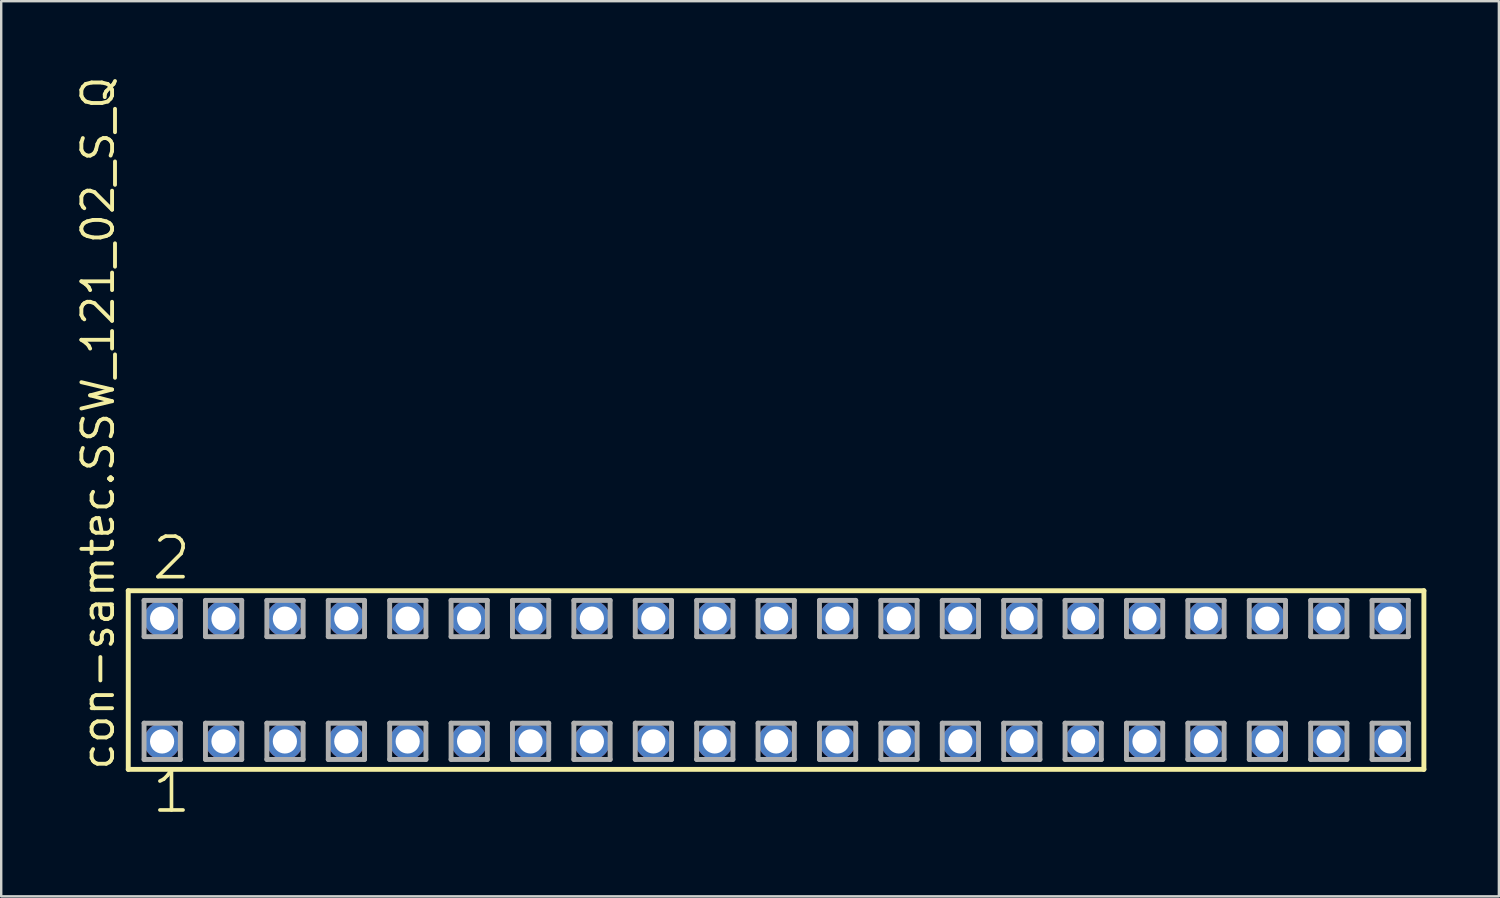
<source format=kicad_pcb>
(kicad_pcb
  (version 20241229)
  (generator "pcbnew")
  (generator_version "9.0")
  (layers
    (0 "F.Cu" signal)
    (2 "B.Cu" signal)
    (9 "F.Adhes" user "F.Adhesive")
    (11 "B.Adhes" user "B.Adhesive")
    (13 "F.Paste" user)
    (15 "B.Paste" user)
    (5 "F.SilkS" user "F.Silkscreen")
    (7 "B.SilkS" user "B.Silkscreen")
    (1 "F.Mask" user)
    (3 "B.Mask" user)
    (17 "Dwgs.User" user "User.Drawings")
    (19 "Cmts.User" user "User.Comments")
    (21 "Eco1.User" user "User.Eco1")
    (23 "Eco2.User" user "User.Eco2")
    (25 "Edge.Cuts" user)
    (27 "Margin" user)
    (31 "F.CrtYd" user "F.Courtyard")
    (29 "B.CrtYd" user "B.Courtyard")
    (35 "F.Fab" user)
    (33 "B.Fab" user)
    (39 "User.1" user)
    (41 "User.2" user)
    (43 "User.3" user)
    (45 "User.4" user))
  (footprint "con-samtec.SSW_121_02_S_Q"
    (layer "F.Cu")
    (at 29.055 25.082)
    (property "Reference" "con-samtec.SSW_121_02_S_Q" (at -27.305 3.81 90) (layer "F.SilkS") (effects (font (size 1.27 1.27) (thickness 0.16)) (justify left bottom)))
    (attr through_hole)
    (fp_line (start -26.799 -3.695) (end 26.799 -3.695) (stroke (width 0.203) (type default)) (layer "F.SilkS"))
    (fp_line (start -26.799 3.695) (end -26.799 -3.695) (stroke (width 0.203) (type default)) (layer "F.SilkS"))
    (fp_line (start 26.799 -3.695) (end 26.799 3.695) (stroke (width 0.203) (type default)) (layer "F.SilkS"))
    (fp_line (start 26.799 3.695) (end -26.799 3.695) (stroke (width 0.203) (type default)) (layer "F.SilkS"))
    (fp_line (start -26.145 -3.295) (end -24.645 -3.295) (stroke (width 0.203) (type default)) (layer "F.Fab"))
    (fp_line (start -26.145 -1.795) (end -26.145 -3.295) (stroke (width 0.203) (type default)) (layer "F.Fab"))
    (fp_line (start -26.145 1.785) (end -24.645 1.785) (stroke (width 0.203) (type default)) (layer "F.Fab"))
    (fp_line (start -26.145 3.285) (end -26.145 1.785) (stroke (width 0.203) (type default)) (layer "F.Fab"))
    (fp_line (start -24.645 -3.295) (end -24.645 -1.795) (stroke (width 0.203) (type default)) (layer "F.Fab"))
    (fp_line (start -24.645 -1.795) (end -26.145 -1.795) (stroke (width 0.203) (type default)) (layer "F.Fab"))
    (fp_line (start -24.645 1.785) (end -24.645 3.285) (stroke (width 0.203) (type default)) (layer "F.Fab"))
    (fp_line (start -24.645 3.285) (end -26.145 3.285) (stroke (width 0.203) (type default)) (layer "F.Fab"))
    (fp_line (start -23.605 -3.295) (end -22.105 -3.295) (stroke (width 0.203) (type default)) (layer "F.Fab"))
    (fp_line (start -23.605 -1.795) (end -23.605 -3.295) (stroke (width 0.203) (type default)) (layer "F.Fab"))
    (fp_line (start -23.605 1.785) (end -22.105 1.785) (stroke (width 0.203) (type default)) (layer "F.Fab"))
    (fp_line (start -23.605 3.285) (end -23.605 1.785) (stroke (width 0.203) (type default)) (layer "F.Fab"))
    (fp_line (start -22.105 -3.295) (end -22.105 -1.795) (stroke (width 0.203) (type default)) (layer "F.Fab"))
    (fp_line (start -22.105 -1.795) (end -23.605 -1.795) (stroke (width 0.203) (type default)) (layer "F.Fab"))
    (fp_line (start -22.105 1.785) (end -22.105 3.285) (stroke (width 0.203) (type default)) (layer "F.Fab"))
    (fp_line (start -22.105 3.285) (end -23.605 3.285) (stroke (width 0.203) (type default)) (layer "F.Fab"))
    (fp_line (start -21.065 -3.295) (end -19.565 -3.295) (stroke (width 0.203) (type default)) (layer "F.Fab"))
    (fp_line (start -21.065 -1.795) (end -21.065 -3.295) (stroke (width 0.203) (type default)) (layer "F.Fab"))
    (fp_line (start -21.065 1.785) (end -19.565 1.785) (stroke (width 0.203) (type default)) (layer "F.Fab"))
    (fp_line (start -21.065 3.285) (end -21.065 1.785) (stroke (width 0.203) (type default)) (layer "F.Fab"))
    (fp_line (start -19.565 -3.295) (end -19.565 -1.795) (stroke (width 0.203) (type default)) (layer "F.Fab"))
    (fp_line (start -19.565 -1.795) (end -21.065 -1.795) (stroke (width 0.203) (type default)) (layer "F.Fab"))
    (fp_line (start -19.565 1.785) (end -19.565 3.285) (stroke (width 0.203) (type default)) (layer "F.Fab"))
    (fp_line (start -19.565 3.285) (end -21.065 3.285) (stroke (width 0.203) (type default)) (layer "F.Fab"))
    (fp_line (start -18.525 -3.295) (end -17.025 -3.295) (stroke (width 0.203) (type default)) (layer "F.Fab"))
    (fp_line (start -18.525 -1.795) (end -18.525 -3.295) (stroke (width 0.203) (type default)) (layer "F.Fab"))
    (fp_line (start -18.525 1.785) (end -17.025 1.785) (stroke (width 0.203) (type default)) (layer "F.Fab"))
    (fp_line (start -18.525 3.285) (end -18.525 1.785) (stroke (width 0.203) (type default)) (layer "F.Fab"))
    (fp_line (start -17.025 -3.295) (end -17.025 -1.795) (stroke (width 0.203) (type default)) (layer "F.Fab"))
    (fp_line (start -17.025 -1.795) (end -18.525 -1.795) (stroke (width 0.203) (type default)) (layer "F.Fab"))
    (fp_line (start -17.025 1.785) (end -17.025 3.285) (stroke (width 0.203) (type default)) (layer "F.Fab"))
    (fp_line (start -17.025 3.285) (end -18.525 3.285) (stroke (width 0.203) (type default)) (layer "F.Fab"))
    (fp_line (start -15.985 -3.295) (end -14.485 -3.295) (stroke (width 0.203) (type default)) (layer "F.Fab"))
    (fp_line (start -15.985 -1.795) (end -15.985 -3.295) (stroke (width 0.203) (type default)) (layer "F.Fab"))
    (fp_line (start -15.985 1.785) (end -14.485 1.785) (stroke (width 0.203) (type default)) (layer "F.Fab"))
    (fp_line (start -15.985 3.285) (end -15.985 1.785) (stroke (width 0.203) (type default)) (layer "F.Fab"))
    (fp_line (start -14.485 -3.295) (end -14.485 -1.795) (stroke (width 0.203) (type default)) (layer "F.Fab"))
    (fp_line (start -14.485 -1.795) (end -15.985 -1.795) (stroke (width 0.203) (type default)) (layer "F.Fab"))
    (fp_line (start -14.485 1.785) (end -14.485 3.285) (stroke (width 0.203) (type default)) (layer "F.Fab"))
    (fp_line (start -14.485 3.285) (end -15.985 3.285) (stroke (width 0.203) (type default)) (layer "F.Fab"))
    (fp_line (start -13.445 -3.295) (end -11.945 -3.295) (stroke (width 0.203) (type default)) (layer "F.Fab"))
    (fp_line (start -13.445 -1.795) (end -13.445 -3.295) (stroke (width 0.203) (type default)) (layer "F.Fab"))
    (fp_line (start -13.445 1.785) (end -11.945 1.785) (stroke (width 0.203) (type default)) (layer "F.Fab"))
    (fp_line (start -13.445 3.285) (end -13.445 1.785) (stroke (width 0.203) (type default)) (layer "F.Fab"))
    (fp_line (start -11.945 -3.295) (end -11.945 -1.795) (stroke (width 0.203) (type default)) (layer "F.Fab"))
    (fp_line (start -11.945 -1.795) (end -13.445 -1.795) (stroke (width 0.203) (type default)) (layer "F.Fab"))
    (fp_line (start -11.945 1.785) (end -11.945 3.285) (stroke (width 0.203) (type default)) (layer "F.Fab"))
    (fp_line (start -11.945 3.285) (end -13.445 3.285) (stroke (width 0.203) (type default)) (layer "F.Fab"))
    (fp_line (start -10.905 -3.295) (end -9.405 -3.295) (stroke (width 0.203) (type default)) (layer "F.Fab"))
    (fp_line (start -10.905 -1.795) (end -10.905 -3.295) (stroke (width 0.203) (type default)) (layer "F.Fab"))
    (fp_line (start -10.905 1.785) (end -9.405 1.785) (stroke (width 0.203) (type default)) (layer "F.Fab"))
    (fp_line (start -10.905 3.285) (end -10.905 1.785) (stroke (width 0.203) (type default)) (layer "F.Fab"))
    (fp_line (start -9.405 -3.295) (end -9.405 -1.795) (stroke (width 0.203) (type default)) (layer "F.Fab"))
    (fp_line (start -9.405 -1.795) (end -10.905 -1.795) (stroke (width 0.203) (type default)) (layer "F.Fab"))
    (fp_line (start -9.405 1.785) (end -9.405 3.285) (stroke (width 0.203) (type default)) (layer "F.Fab"))
    (fp_line (start -9.405 3.285) (end -10.905 3.285) (stroke (width 0.203) (type default)) (layer "F.Fab"))
    (fp_line (start -8.365 -3.295) (end -6.865 -3.295) (stroke (width 0.203) (type default)) (layer "F.Fab"))
    (fp_line (start -8.365 -1.795) (end -8.365 -3.295) (stroke (width 0.203) (type default)) (layer "F.Fab"))
    (fp_line (start -8.365 1.785) (end -6.865 1.785) (stroke (width 0.203) (type default)) (layer "F.Fab"))
    (fp_line (start -8.365 3.285) (end -8.365 1.785) (stroke (width 0.203) (type default)) (layer "F.Fab"))
    (fp_line (start -6.865 -3.295) (end -6.865 -1.795) (stroke (width 0.203) (type default)) (layer "F.Fab"))
    (fp_line (start -6.865 -1.795) (end -8.365 -1.795) (stroke (width 0.203) (type default)) (layer "F.Fab"))
    (fp_line (start -6.865 1.785) (end -6.865 3.285) (stroke (width 0.203) (type default)) (layer "F.Fab"))
    (fp_line (start -6.865 3.285) (end -8.365 3.285) (stroke (width 0.203) (type default)) (layer "F.Fab"))
    (fp_line (start -5.825 -3.295) (end -4.325 -3.295) (stroke (width 0.203) (type default)) (layer "F.Fab"))
    (fp_line (start -5.825 -1.795) (end -5.825 -3.295) (stroke (width 0.203) (type default)) (layer "F.Fab"))
    (fp_line (start -5.825 1.785) (end -4.325 1.785) (stroke (width 0.203) (type default)) (layer "F.Fab"))
    (fp_line (start -5.825 3.285) (end -5.825 1.785) (stroke (width 0.203) (type default)) (layer "F.Fab"))
    (fp_line (start -4.325 -3.295) (end -4.325 -1.795) (stroke (width 0.203) (type default)) (layer "F.Fab"))
    (fp_line (start -4.325 -1.795) (end -5.825 -1.795) (stroke (width 0.203) (type default)) (layer "F.Fab"))
    (fp_line (start -4.325 1.785) (end -4.325 3.285) (stroke (width 0.203) (type default)) (layer "F.Fab"))
    (fp_line (start -4.325 3.285) (end -5.825 3.285) (stroke (width 0.203) (type default)) (layer "F.Fab"))
    (fp_line (start -3.285 -3.295) (end -1.785 -3.295) (stroke (width 0.203) (type default)) (layer "F.Fab"))
    (fp_line (start -3.285 -1.795) (end -3.285 -3.295) (stroke (width 0.203) (type default)) (layer "F.Fab"))
    (fp_line (start -3.285 1.785) (end -1.785 1.785) (stroke (width 0.203) (type default)) (layer "F.Fab"))
    (fp_line (start -3.285 3.285) (end -3.285 1.785) (stroke (width 0.203) (type default)) (layer "F.Fab"))
    (fp_line (start -1.785 -3.295) (end -1.785 -1.795) (stroke (width 0.203) (type default)) (layer "F.Fab"))
    (fp_line (start -1.785 -1.795) (end -3.285 -1.795) (stroke (width 0.203) (type default)) (layer "F.Fab"))
    (fp_line (start -1.785 1.785) (end -1.785 3.285) (stroke (width 0.203) (type default)) (layer "F.Fab"))
    (fp_line (start -1.785 3.285) (end -3.285 3.285) (stroke (width 0.203) (type default)) (layer "F.Fab"))
    (fp_line (start -0.745 -3.295) (end 0.755 -3.295) (stroke (width 0.203) (type default)) (layer "F.Fab"))
    (fp_line (start -0.745 -1.795) (end -0.745 -3.295) (stroke (width 0.203) (type default)) (layer "F.Fab"))
    (fp_line (start -0.745 1.785) (end 0.755 1.785) (stroke (width 0.203) (type default)) (layer "F.Fab"))
    (fp_line (start -0.745 3.285) (end -0.745 1.785) (stroke (width 0.203) (type default)) (layer "F.Fab"))
    (fp_line (start 0.755 -3.295) (end 0.755 -1.795) (stroke (width 0.203) (type default)) (layer "F.Fab"))
    (fp_line (start 0.755 -1.795) (end -0.745 -1.795) (stroke (width 0.203) (type default)) (layer "F.Fab"))
    (fp_line (start 0.755 1.785) (end 0.755 3.285) (stroke (width 0.203) (type default)) (layer "F.Fab"))
    (fp_line (start 0.755 3.285) (end -0.745 3.285) (stroke (width 0.203) (type default)) (layer "F.Fab"))
    (fp_line (start 1.795 -3.295) (end 3.295 -3.295) (stroke (width 0.203) (type default)) (layer "F.Fab"))
    (fp_line (start 1.795 -1.795) (end 1.795 -3.295) (stroke (width 0.203) (type default)) (layer "F.Fab"))
    (fp_line (start 1.795 1.785) (end 3.295 1.785) (stroke (width 0.203) (type default)) (layer "F.Fab"))
    (fp_line (start 1.795 3.285) (end 1.795 1.785) (stroke (width 0.203) (type default)) (layer "F.Fab"))
    (fp_line (start 3.295 -3.295) (end 3.295 -1.795) (stroke (width 0.203) (type default)) (layer "F.Fab"))
    (fp_line (start 3.295 -1.795) (end 1.795 -1.795) (stroke (width 0.203) (type default)) (layer "F.Fab"))
    (fp_line (start 3.295 1.785) (end 3.295 3.285) (stroke (width 0.203) (type default)) (layer "F.Fab"))
    (fp_line (start 3.295 3.285) (end 1.795 3.285) (stroke (width 0.203) (type default)) (layer "F.Fab"))
    (fp_line (start 4.335 -3.295) (end 5.835 -3.295) (stroke (width 0.203) (type default)) (layer "F.Fab"))
    (fp_line (start 4.335 -1.795) (end 4.335 -3.295) (stroke (width 0.203) (type default)) (layer "F.Fab"))
    (fp_line (start 4.335 1.785) (end 5.835 1.785) (stroke (width 0.203) (type default)) (layer "F.Fab"))
    (fp_line (start 4.335 3.285) (end 4.335 1.785) (stroke (width 0.203) (type default)) (layer "F.Fab"))
    (fp_line (start 5.835 -3.295) (end 5.835 -1.795) (stroke (width 0.203) (type default)) (layer "F.Fab"))
    (fp_line (start 5.835 -1.795) (end 4.335 -1.795) (stroke (width 0.203) (type default)) (layer "F.Fab"))
    (fp_line (start 5.835 1.785) (end 5.835 3.285) (stroke (width 0.203) (type default)) (layer "F.Fab"))
    (fp_line (start 5.835 3.285) (end 4.335 3.285) (stroke (width 0.203) (type default)) (layer "F.Fab"))
    (fp_line (start 6.875 -3.295) (end 8.375 -3.295) (stroke (width 0.203) (type default)) (layer "F.Fab"))
    (fp_line (start 6.875 -1.795) (end 6.875 -3.295) (stroke (width 0.203) (type default)) (layer "F.Fab"))
    (fp_line (start 6.875 1.785) (end 8.375 1.785) (stroke (width 0.203) (type default)) (layer "F.Fab"))
    (fp_line (start 6.875 3.285) (end 6.875 1.785) (stroke (width 0.203) (type default)) (layer "F.Fab"))
    (fp_line (start 8.375 -3.295) (end 8.375 -1.795) (stroke (width 0.203) (type default)) (layer "F.Fab"))
    (fp_line (start 8.375 -1.795) (end 6.875 -1.795) (stroke (width 0.203) (type default)) (layer "F.Fab"))
    (fp_line (start 8.375 1.785) (end 8.375 3.285) (stroke (width 0.203) (type default)) (layer "F.Fab"))
    (fp_line (start 8.375 3.285) (end 6.875 3.285) (stroke (width 0.203) (type default)) (layer "F.Fab"))
    (fp_line (start 9.415 -3.295) (end 10.915 -3.295) (stroke (width 0.203) (type default)) (layer "F.Fab"))
    (fp_line (start 9.415 -1.795) (end 9.415 -3.295) (stroke (width 0.203) (type default)) (layer "F.Fab"))
    (fp_line (start 9.415 1.785) (end 10.915 1.785) (stroke (width 0.203) (type default)) (layer "F.Fab"))
    (fp_line (start 9.415 3.285) (end 9.415 1.785) (stroke (width 0.203) (type default)) (layer "F.Fab"))
    (fp_line (start 10.915 -3.295) (end 10.915 -1.795) (stroke (width 0.203) (type default)) (layer "F.Fab"))
    (fp_line (start 10.915 -1.795) (end 9.415 -1.795) (stroke (width 0.203) (type default)) (layer "F.Fab"))
    (fp_line (start 10.915 1.785) (end 10.915 3.285) (stroke (width 0.203) (type default)) (layer "F.Fab"))
    (fp_line (start 10.915 3.285) (end 9.415 3.285) (stroke (width 0.203) (type default)) (layer "F.Fab"))
    (fp_line (start 11.955 -3.295) (end 13.455 -3.295) (stroke (width 0.203) (type default)) (layer "F.Fab"))
    (fp_line (start 11.955 -1.795) (end 11.955 -3.295) (stroke (width 0.203) (type default)) (layer "F.Fab"))
    (fp_line (start 11.955 1.785) (end 13.455 1.785) (stroke (width 0.203) (type default)) (layer "F.Fab"))
    (fp_line (start 11.955 3.285) (end 11.955 1.785) (stroke (width 0.203) (type default)) (layer "F.Fab"))
    (fp_line (start 13.455 -3.295) (end 13.455 -1.795) (stroke (width 0.203) (type default)) (layer "F.Fab"))
    (fp_line (start 13.455 -1.795) (end 11.955 -1.795) (stroke (width 0.203) (type default)) (layer "F.Fab"))
    (fp_line (start 13.455 1.785) (end 13.455 3.285) (stroke (width 0.203) (type default)) (layer "F.Fab"))
    (fp_line (start 13.455 3.285) (end 11.955 3.285) (stroke (width 0.203) (type default)) (layer "F.Fab"))
    (fp_line (start 14.495 -3.295) (end 15.995 -3.295) (stroke (width 0.203) (type default)) (layer "F.Fab"))
    (fp_line (start 14.495 -1.795) (end 14.495 -3.295) (stroke (width 0.203) (type default)) (layer "F.Fab"))
    (fp_line (start 14.495 1.785) (end 15.995 1.785) (stroke (width 0.203) (type default)) (layer "F.Fab"))
    (fp_line (start 14.495 3.285) (end 14.495 1.785) (stroke (width 0.203) (type default)) (layer "F.Fab"))
    (fp_line (start 15.995 -3.295) (end 15.995 -1.795) (stroke (width 0.203) (type default)) (layer "F.Fab"))
    (fp_line (start 15.995 -1.795) (end 14.495 -1.795) (stroke (width 0.203) (type default)) (layer "F.Fab"))
    (fp_line (start 15.995 1.785) (end 15.995 3.285) (stroke (width 0.203) (type default)) (layer "F.Fab"))
    (fp_line (start 15.995 3.285) (end 14.495 3.285) (stroke (width 0.203) (type default)) (layer "F.Fab"))
    (fp_line (start 17.035 -3.295) (end 18.535 -3.295) (stroke (width 0.203) (type default)) (layer "F.Fab"))
    (fp_line (start 17.035 -1.795) (end 17.035 -3.295) (stroke (width 0.203) (type default)) (layer "F.Fab"))
    (fp_line (start 17.035 1.785) (end 18.535 1.785) (stroke (width 0.203) (type default)) (layer "F.Fab"))
    (fp_line (start 17.035 3.285) (end 17.035 1.785) (stroke (width 0.203) (type default)) (layer "F.Fab"))
    (fp_line (start 18.535 -3.295) (end 18.535 -1.795) (stroke (width 0.203) (type default)) (layer "F.Fab"))
    (fp_line (start 18.535 -1.795) (end 17.035 -1.795) (stroke (width 0.203) (type default)) (layer "F.Fab"))
    (fp_line (start 18.535 1.785) (end 18.535 3.285) (stroke (width 0.203) (type default)) (layer "F.Fab"))
    (fp_line (start 18.535 3.285) (end 17.035 3.285) (stroke (width 0.203) (type default)) (layer "F.Fab"))
    (fp_line (start 19.575 -3.295) (end 21.075 -3.295) (stroke (width 0.203) (type default)) (layer "F.Fab"))
    (fp_line (start 19.575 -1.795) (end 19.575 -3.295) (stroke (width 0.203) (type default)) (layer "F.Fab"))
    (fp_line (start 19.575 1.785) (end 21.075 1.785) (stroke (width 0.203) (type default)) (layer "F.Fab"))
    (fp_line (start 19.575 3.285) (end 19.575 1.785) (stroke (width 0.203) (type default)) (layer "F.Fab"))
    (fp_line (start 21.075 -3.295) (end 21.075 -1.795) (stroke (width 0.203) (type default)) (layer "F.Fab"))
    (fp_line (start 21.075 -1.795) (end 19.575 -1.795) (stroke (width 0.203) (type default)) (layer "F.Fab"))
    (fp_line (start 21.075 1.785) (end 21.075 3.285) (stroke (width 0.203) (type default)) (layer "F.Fab"))
    (fp_line (start 21.075 3.285) (end 19.575 3.285) (stroke (width 0.203) (type default)) (layer "F.Fab"))
    (fp_line (start 22.115 -3.295) (end 23.615 -3.295) (stroke (width 0.203) (type default)) (layer "F.Fab"))
    (fp_line (start 22.115 -1.795) (end 22.115 -3.295) (stroke (width 0.203) (type default)) (layer "F.Fab"))
    (fp_line (start 22.115 1.785) (end 23.615 1.785) (stroke (width 0.203) (type default)) (layer "F.Fab"))
    (fp_line (start 22.115 3.285) (end 22.115 1.785) (stroke (width 0.203) (type default)) (layer "F.Fab"))
    (fp_line (start 23.615 -3.295) (end 23.615 -1.795) (stroke (width 0.203) (type default)) (layer "F.Fab"))
    (fp_line (start 23.615 -1.795) (end 22.115 -1.795) (stroke (width 0.203) (type default)) (layer "F.Fab"))
    (fp_line (start 23.615 1.785) (end 23.615 3.285) (stroke (width 0.203) (type default)) (layer "F.Fab"))
    (fp_line (start 23.615 3.285) (end 22.115 3.285) (stroke (width 0.203) (type default)) (layer "F.Fab"))
    (fp_line (start 24.655 -3.295) (end 26.155 -3.295) (stroke (width 0.203) (type default)) (layer "F.Fab"))
    (fp_line (start 24.655 -1.795) (end 24.655 -3.295) (stroke (width 0.203) (type default)) (layer "F.Fab"))
    (fp_line (start 24.655 1.785) (end 26.155 1.785) (stroke (width 0.203) (type default)) (layer "F.Fab"))
    (fp_line (start 24.655 3.285) (end 24.655 1.785) (stroke (width 0.203) (type default)) (layer "F.Fab"))
    (fp_line (start 26.155 -3.295) (end 26.155 -1.795) (stroke (width 0.203) (type default)) (layer "F.Fab"))
    (fp_line (start 26.155 -1.795) (end 24.655 -1.795) (stroke (width 0.203) (type default)) (layer "F.Fab"))
    (fp_line (start 26.155 1.785) (end 26.155 3.285) (stroke (width 0.203) (type default)) (layer "F.Fab"))
    (fp_line (start 26.155 3.285) (end 24.655 3.285) (stroke (width 0.203) (type default)) (layer "F.Fab"))
    (fp_text user "1" (at -25.908 5.588 0) (layer "F.SilkS") (effects (font (size 1.676 1.676) (thickness 0.15)) (justify left bottom)))
    (fp_text user "2" (at -25.908 -4.064 0) (layer "F.SilkS") (effects (font (size 1.676 1.676) (thickness 0.15)) (justify left bottom)))
    (pad "1" thru_hole circle (at -25.4 2.54) (size 1.5 1.5) (drill 1) (layers "*.Cu" "*.Mask"))
    (pad "2" thru_hole circle (at -25.4 -2.54) (size 1.5 1.5) (drill 1) (layers "*.Cu" "*.Mask"))
    (pad "3" thru_hole circle (at -22.86 2.54) (size 1.5 1.5) (drill 1) (layers "*.Cu" "*.Mask"))
    (pad "4" thru_hole circle (at -22.86 -2.54) (size 1.5 1.5) (drill 1) (layers "*.Cu" "*.Mask"))
    (pad "5" thru_hole circle (at -20.32 2.54) (size 1.5 1.5) (drill 1) (layers "*.Cu" "*.Mask"))
    (pad "6" thru_hole circle (at -20.32 -2.54) (size 1.5 1.5) (drill 1) (layers "*.Cu" "*.Mask"))
    (pad "7" thru_hole circle (at -17.78 2.54) (size 1.5 1.5) (drill 1) (layers "*.Cu" "*.Mask"))
    (pad "8" thru_hole circle (at -17.78 -2.54) (size 1.5 1.5) (drill 1) (layers "*.Cu" "*.Mask"))
    (pad "9" thru_hole circle (at -15.24 2.54) (size 1.5 1.5) (drill 1) (layers "*.Cu" "*.Mask"))
    (pad "10" thru_hole circle (at -15.24 -2.54) (size 1.5 1.5) (drill 1) (layers "*.Cu" "*.Mask"))
    (pad "11" thru_hole circle (at -12.7 2.54) (size 1.5 1.5) (drill 1) (layers "*.Cu" "*.Mask"))
    (pad "12" thru_hole circle (at -12.7 -2.54) (size 1.5 1.5) (drill 1) (layers "*.Cu" "*.Mask"))
    (pad "13" thru_hole circle (at -10.16 2.54) (size 1.5 1.5) (drill 1) (layers "*.Cu" "*.Mask"))
    (pad "14" thru_hole circle (at -10.16 -2.54) (size 1.5 1.5) (drill 1) (layers "*.Cu" "*.Mask"))
    (pad "15" thru_hole circle (at -7.62 2.54) (size 1.5 1.5) (drill 1) (layers "*.Cu" "*.Mask"))
    (pad "16" thru_hole circle (at -7.62 -2.54) (size 1.5 1.5) (drill 1) (layers "*.Cu" "*.Mask"))
    (pad "17" thru_hole circle (at -5.08 2.54) (size 1.5 1.5) (drill 1) (layers "*.Cu" "*.Mask"))
    (pad "18" thru_hole circle (at -5.08 -2.54) (size 1.5 1.5) (drill 1) (layers "*.Cu" "*.Mask"))
    (pad "19" thru_hole circle (at -2.54 2.54) (size 1.5 1.5) (drill 1) (layers "*.Cu" "*.Mask"))
    (pad "20" thru_hole circle (at -2.54 -2.54) (size 1.5 1.5) (drill 1) (layers "*.Cu" "*.Mask"))
    (pad "21" thru_hole circle (at 0 2.54) (size 1.5 1.5) (drill 1) (layers "*.Cu" "*.Mask"))
    (pad "22" thru_hole circle (at 0 -2.54) (size 1.5 1.5) (drill 1) (layers "*.Cu" "*.Mask"))
    (pad "23" thru_hole circle (at 2.54 2.54) (size 1.5 1.5) (drill 1) (layers "*.Cu" "*.Mask"))
    (pad "24" thru_hole circle (at 2.54 -2.54) (size 1.5 1.5) (drill 1) (layers "*.Cu" "*.Mask"))
    (pad "25" thru_hole circle (at 5.08 2.54) (size 1.5 1.5) (drill 1) (layers "*.Cu" "*.Mask"))
    (pad "26" thru_hole circle (at 5.08 -2.54) (size 1.5 1.5) (drill 1) (layers "*.Cu" "*.Mask"))
    (pad "27" thru_hole circle (at 7.62 2.54) (size 1.5 1.5) (drill 1) (layers "*.Cu" "*.Mask"))
    (pad "28" thru_hole circle (at 7.62 -2.54) (size 1.5 1.5) (drill 1) (layers "*.Cu" "*.Mask"))
    (pad "29" thru_hole circle (at 10.16 2.54) (size 1.5 1.5) (drill 1) (layers "*.Cu" "*.Mask"))
    (pad "30" thru_hole circle (at 10.16 -2.54) (size 1.5 1.5) (drill 1) (layers "*.Cu" "*.Mask"))
    (pad "31" thru_hole circle (at 12.7 2.54) (size 1.5 1.5) (drill 1) (layers "*.Cu" "*.Mask"))
    (pad "32" thru_hole circle (at 12.7 -2.54) (size 1.5 1.5) (drill 1) (layers "*.Cu" "*.Mask"))
    (pad "33" thru_hole circle (at 15.24 2.54) (size 1.5 1.5) (drill 1) (layers "*.Cu" "*.Mask"))
    (pad "34" thru_hole circle (at 15.24 -2.54) (size 1.5 1.5) (drill 1) (layers "*.Cu" "*.Mask"))
    (pad "35" thru_hole circle (at 17.78 2.54) (size 1.5 1.5) (drill 1) (layers "*.Cu" "*.Mask"))
    (pad "36" thru_hole circle (at 17.78 -2.54) (size 1.5 1.5) (drill 1) (layers "*.Cu" "*.Mask"))
    (pad "37" thru_hole circle (at 20.32 2.54) (size 1.5 1.5) (drill 1) (layers "*.Cu" "*.Mask"))
    (pad "38" thru_hole circle (at 20.32 -2.54) (size 1.5 1.5) (drill 1) (layers "*.Cu" "*.Mask"))
    (pad "39" thru_hole circle (at 22.86 2.54) (size 1.5 1.5) (drill 1) (layers "*.Cu" "*.Mask"))
    (pad "40" thru_hole circle (at 22.86 -2.54) (size 1.5 1.5) (drill 1) (layers "*.Cu" "*.Mask"))
    (pad "41" thru_hole circle (at 25.4 2.54) (size 1.5 1.5) (drill 1) (layers "*.Cu" "*.Mask"))
    (pad "42" thru_hole circle (at 25.4 -2.54) (size 1.5 1.5) (drill 1) (layers "*.Cu" "*.Mask")))
  (gr_rect
    (start -3 -3)
    (end 58.956 34.031)
    (stroke (width 0.1) (type default))
    (fill no)
    (layer "Edge.Cuts")))
</source>
